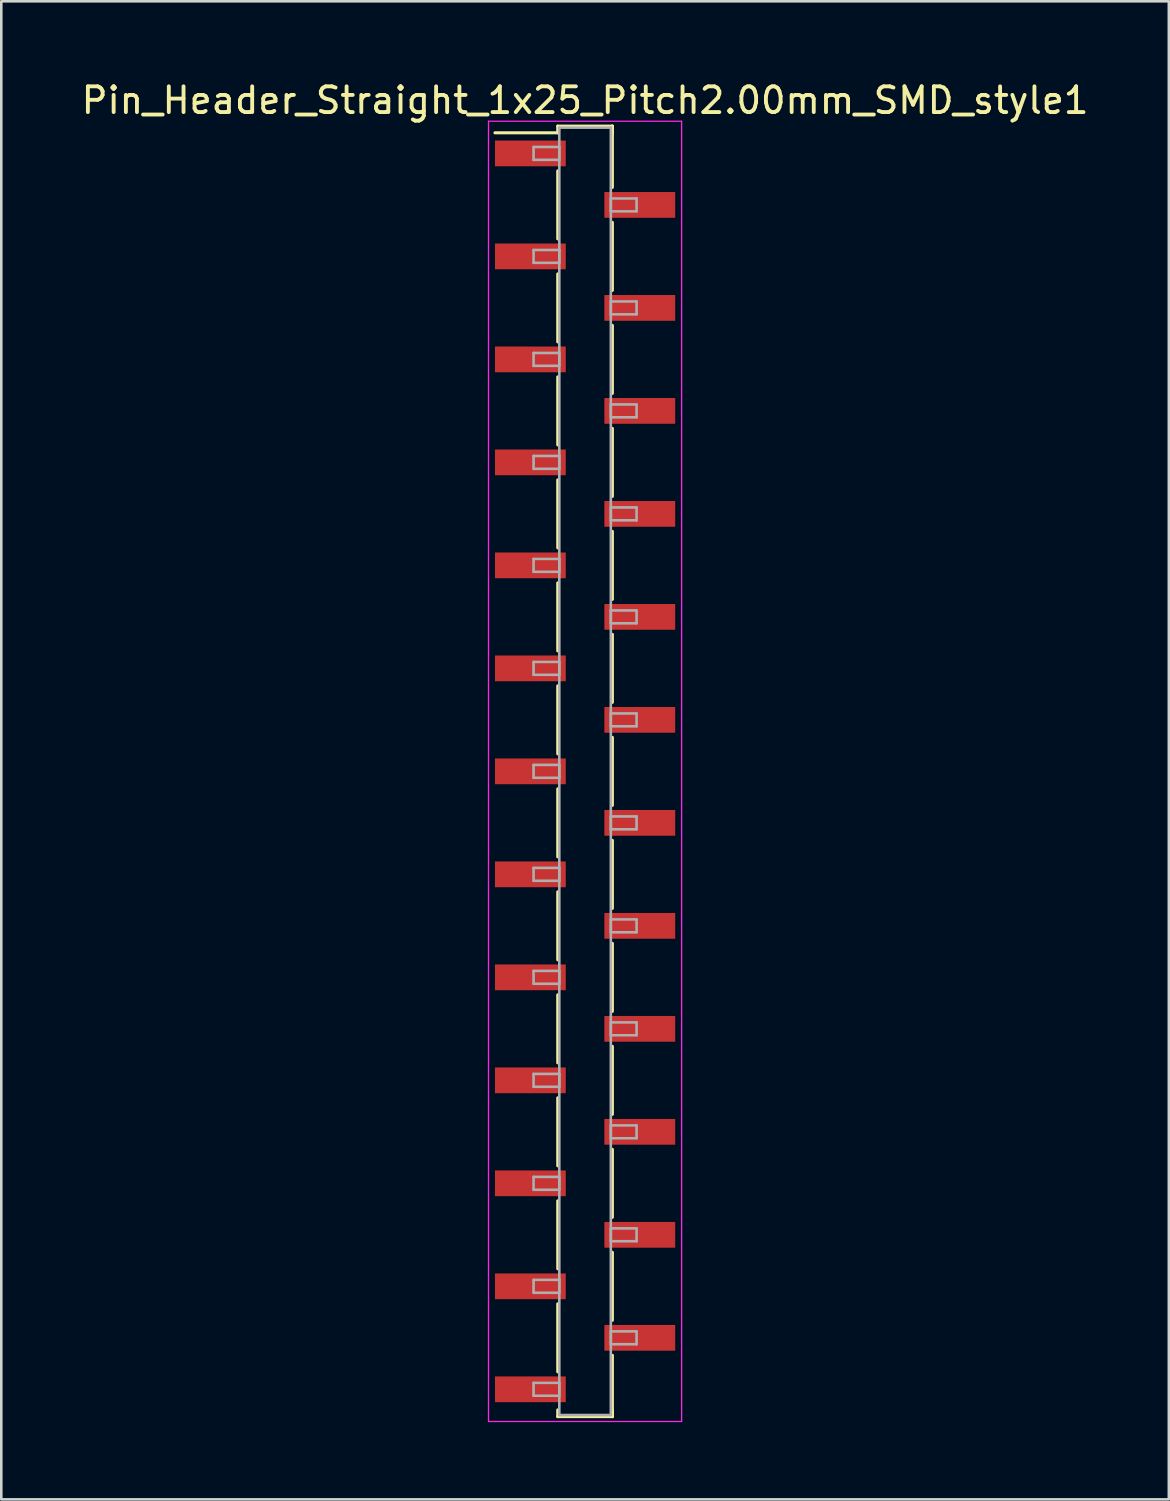
<source format=kicad_pcb>
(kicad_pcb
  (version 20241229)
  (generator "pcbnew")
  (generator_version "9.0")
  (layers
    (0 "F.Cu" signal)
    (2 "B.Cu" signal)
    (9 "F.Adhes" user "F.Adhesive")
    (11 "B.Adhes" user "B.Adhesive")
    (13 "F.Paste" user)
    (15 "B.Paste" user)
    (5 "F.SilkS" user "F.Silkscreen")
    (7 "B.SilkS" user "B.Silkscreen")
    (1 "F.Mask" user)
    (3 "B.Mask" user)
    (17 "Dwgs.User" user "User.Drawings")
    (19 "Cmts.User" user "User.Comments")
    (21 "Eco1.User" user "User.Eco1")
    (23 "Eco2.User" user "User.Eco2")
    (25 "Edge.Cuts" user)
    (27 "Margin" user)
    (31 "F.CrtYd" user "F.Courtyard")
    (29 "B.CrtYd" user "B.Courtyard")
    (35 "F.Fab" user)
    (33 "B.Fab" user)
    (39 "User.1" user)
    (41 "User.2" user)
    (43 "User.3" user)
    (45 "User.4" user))
  (footprint "Pin_Header_Straight_1x25_Pitch2.00mm_SMD_style1"
    (layer "F.Cu")
    (at 19.673 26.908)
    (property "Reference" "Pin_Header_Straight_1x25_Pitch2.00mm_SMD_style1" (at 0 -26.06 0) (layer "F.SilkS") (effects (font (size 1 1) (thickness 0.15))))
    (attr smd)
    (fp_line (start -1.06 -25.06) (end 1.06 -25.06) (stroke (width 0.12) (type solid)) (layer "F.SilkS"))
    (fp_line (start -1.06 -24.8) (end -3.5 -24.8) (stroke (width 0.12) (type solid)) (layer "F.SilkS"))
    (fp_line (start -1.06 -24.8) (end -1.06 -25.06) (stroke (width 0.12) (type solid)) (layer "F.SilkS"))
    (fp_line (start -1.06 -23.32) (end -1.06 -20.68) (stroke (width 0.12) (type solid)) (layer "F.SilkS"))
    (fp_line (start -1.06 -19.32) (end -1.06 -16.68) (stroke (width 0.12) (type solid)) (layer "F.SilkS"))
    (fp_line (start -1.06 -15.32) (end -1.06 -12.68) (stroke (width 0.12) (type solid)) (layer "F.SilkS"))
    (fp_line (start -1.06 -11.32) (end -1.06 -8.68) (stroke (width 0.12) (type solid)) (layer "F.SilkS"))
    (fp_line (start -1.06 -7.32) (end -1.06 -4.68) (stroke (width 0.12) (type solid)) (layer "F.SilkS"))
    (fp_line (start -1.06 -3.32) (end -1.06 -0.68) (stroke (width 0.12) (type solid)) (layer "F.SilkS"))
    (fp_line (start -1.06 0.68) (end -1.06 3.32) (stroke (width 0.12) (type solid)) (layer "F.SilkS"))
    (fp_line (start -1.06 4.68) (end -1.06 7.32) (stroke (width 0.12) (type solid)) (layer "F.SilkS"))
    (fp_line (start -1.06 8.68) (end -1.06 11.32) (stroke (width 0.12) (type solid)) (layer "F.SilkS"))
    (fp_line (start -1.06 12.68) (end -1.06 15.32) (stroke (width 0.12) (type solid)) (layer "F.SilkS"))
    (fp_line (start -1.06 16.68) (end -1.06 19.32) (stroke (width 0.12) (type solid)) (layer "F.SilkS"))
    (fp_line (start -1.06 20.68) (end -1.06 23.32) (stroke (width 0.12) (type solid)) (layer "F.SilkS"))
    (fp_line (start -1.06 24.8) (end -1.06 25.06) (stroke (width 0.12) (type solid)) (layer "F.SilkS"))
    (fp_line (start -1.06 25.06) (end 1.06 25.06) (stroke (width 0.12) (type solid)) (layer "F.SilkS"))
    (fp_line (start 1.06 -25.06) (end 1.06 -24.8) (stroke (width 0.12) (type solid)) (layer "F.SilkS"))
    (fp_line (start 1.06 -25.06) (end 1.06 -22.68) (stroke (width 0.12) (type solid)) (layer "F.SilkS"))
    (fp_line (start 1.06 -21.32) (end 1.06 -18.68) (stroke (width 0.12) (type solid)) (layer "F.SilkS"))
    (fp_line (start 1.06 -17.32) (end 1.06 -14.68) (stroke (width 0.12) (type solid)) (layer "F.SilkS"))
    (fp_line (start 1.06 -13.32) (end 1.06 -10.68) (stroke (width 0.12) (type solid)) (layer "F.SilkS"))
    (fp_line (start 1.06 -9.32) (end 1.06 -6.68) (stroke (width 0.12) (type solid)) (layer "F.SilkS"))
    (fp_line (start 1.06 -5.32) (end 1.06 -2.68) (stroke (width 0.12) (type solid)) (layer "F.SilkS"))
    (fp_line (start 1.06 -1.32) (end 1.06 1.32) (stroke (width 0.12) (type solid)) (layer "F.SilkS"))
    (fp_line (start 1.06 2.68) (end 1.06 5.32) (stroke (width 0.12) (type solid)) (layer "F.SilkS"))
    (fp_line (start 1.06 6.68) (end 1.06 9.32) (stroke (width 0.12) (type solid)) (layer "F.SilkS"))
    (fp_line (start 1.06 10.68) (end 1.06 13.32) (stroke (width 0.12) (type solid)) (layer "F.SilkS"))
    (fp_line (start 1.06 14.68) (end 1.06 17.32) (stroke (width 0.12) (type solid)) (layer "F.SilkS"))
    (fp_line (start 1.06 18.68) (end 1.06 21.32) (stroke (width 0.12) (type solid)) (layer "F.SilkS"))
    (fp_line (start 1.06 22.68) (end 1.06 25.06) (stroke (width 0.12) (type solid)) (layer "F.SilkS"))
    (fp_line (start 1.06 25.06) (end 1.06 24.8) (stroke (width 0.12) (type solid)) (layer "F.SilkS"))
    (fp_line (start -3.75 -25.25) (end -3.75 25.25) (stroke (width 0.05) (type solid)) (layer "F.CrtYd"))
    (fp_line (start -3.75 25.25) (end 3.75 25.25) (stroke (width 0.05) (type solid)) (layer "F.CrtYd"))
    (fp_line (start 3.75 -25.25) (end -3.75 -25.25) (stroke (width 0.05) (type solid)) (layer "F.CrtYd"))
    (fp_line (start 3.75 25.25) (end 3.75 -25.25) (stroke (width 0.05) (type solid)) (layer "F.CrtYd"))
    (fp_line (start -2 -24.25) (end -1 -24.25) (stroke (width 0.1) (type solid)) (layer "F.Fab"))
    (fp_line (start -2 -23.75) (end -2 -24.25) (stroke (width 0.1) (type solid)) (layer "F.Fab"))
    (fp_line (start -2 -20.25) (end -1 -20.25) (stroke (width 0.1) (type solid)) (layer "F.Fab"))
    (fp_line (start -2 -19.75) (end -2 -20.25) (stroke (width 0.1) (type solid)) (layer "F.Fab"))
    (fp_line (start -2 -16.25) (end -1 -16.25) (stroke (width 0.1) (type solid)) (layer "F.Fab"))
    (fp_line (start -2 -15.75) (end -2 -16.25) (stroke (width 0.1) (type solid)) (layer "F.Fab"))
    (fp_line (start -2 -12.25) (end -1 -12.25) (stroke (width 0.1) (type solid)) (layer "F.Fab"))
    (fp_line (start -2 -11.75) (end -2 -12.25) (stroke (width 0.1) (type solid)) (layer "F.Fab"))
    (fp_line (start -2 -8.25) (end -1 -8.25) (stroke (width 0.1) (type solid)) (layer "F.Fab"))
    (fp_line (start -2 -7.75) (end -2 -8.25) (stroke (width 0.1) (type solid)) (layer "F.Fab"))
    (fp_line (start -2 -4.25) (end -1 -4.25) (stroke (width 0.1) (type solid)) (layer "F.Fab"))
    (fp_line (start -2 -3.75) (end -2 -4.25) (stroke (width 0.1) (type solid)) (layer "F.Fab"))
    (fp_line (start -2 -0.25) (end -1 -0.25) (stroke (width 0.1) (type solid)) (layer "F.Fab"))
    (fp_line (start -2 0.25) (end -2 -0.25) (stroke (width 0.1) (type solid)) (layer "F.Fab"))
    (fp_line (start -2 3.75) (end -1 3.75) (stroke (width 0.1) (type solid)) (layer "F.Fab"))
    (fp_line (start -2 4.25) (end -2 3.75) (stroke (width 0.1) (type solid)) (layer "F.Fab"))
    (fp_line (start -2 7.75) (end -1 7.75) (stroke (width 0.1) (type solid)) (layer "F.Fab"))
    (fp_line (start -2 8.25) (end -2 7.75) (stroke (width 0.1) (type solid)) (layer "F.Fab"))
    (fp_line (start -2 11.75) (end -1 11.75) (stroke (width 0.1) (type solid)) (layer "F.Fab"))
    (fp_line (start -2 12.25) (end -2 11.75) (stroke (width 0.1) (type solid)) (layer "F.Fab"))
    (fp_line (start -2 15.75) (end -1 15.75) (stroke (width 0.1) (type solid)) (layer "F.Fab"))
    (fp_line (start -2 16.25) (end -2 15.75) (stroke (width 0.1) (type solid)) (layer "F.Fab"))
    (fp_line (start -2 19.75) (end -1 19.75) (stroke (width 0.1) (type solid)) (layer "F.Fab"))
    (fp_line (start -2 20.25) (end -2 19.75) (stroke (width 0.1) (type solid)) (layer "F.Fab"))
    (fp_line (start -2 23.75) (end -1 23.75) (stroke (width 0.1) (type solid)) (layer "F.Fab"))
    (fp_line (start -2 24.25) (end -2 23.75) (stroke (width 0.1) (type solid)) (layer "F.Fab"))
    (fp_line (start -1 -25) (end -1 25) (stroke (width 0.1) (type solid)) (layer "F.Fab"))
    (fp_line (start -1 -24.25) (end -1 -23.75) (stroke (width 0.1) (type solid)) (layer "F.Fab"))
    (fp_line (start -1 -23.75) (end -2 -23.75) (stroke (width 0.1) (type solid)) (layer "F.Fab"))
    (fp_line (start -1 -20.25) (end -1 -19.75) (stroke (width 0.1) (type solid)) (layer "F.Fab"))
    (fp_line (start -1 -19.75) (end -2 -19.75) (stroke (width 0.1) (type solid)) (layer "F.Fab"))
    (fp_line (start -1 -16.25) (end -1 -15.75) (stroke (width 0.1) (type solid)) (layer "F.Fab"))
    (fp_line (start -1 -15.75) (end -2 -15.75) (stroke (width 0.1) (type solid)) (layer "F.Fab"))
    (fp_line (start -1 -12.25) (end -1 -11.75) (stroke (width 0.1) (type solid)) (layer "F.Fab"))
    (fp_line (start -1 -11.75) (end -2 -11.75) (stroke (width 0.1) (type solid)) (layer "F.Fab"))
    (fp_line (start -1 -8.25) (end -1 -7.75) (stroke (width 0.1) (type solid)) (layer "F.Fab"))
    (fp_line (start -1 -7.75) (end -2 -7.75) (stroke (width 0.1) (type solid)) (layer "F.Fab"))
    (fp_line (start -1 -4.25) (end -1 -3.75) (stroke (width 0.1) (type solid)) (layer "F.Fab"))
    (fp_line (start -1 -3.75) (end -2 -3.75) (stroke (width 0.1) (type solid)) (layer "F.Fab"))
    (fp_line (start -1 -0.25) (end -1 0.25) (stroke (width 0.1) (type solid)) (layer "F.Fab"))
    (fp_line (start -1 0.25) (end -2 0.25) (stroke (width 0.1) (type solid)) (layer "F.Fab"))
    (fp_line (start -1 3.75) (end -1 4.25) (stroke (width 0.1) (type solid)) (layer "F.Fab"))
    (fp_line (start -1 4.25) (end -2 4.25) (stroke (width 0.1) (type solid)) (layer "F.Fab"))
    (fp_line (start -1 7.75) (end -1 8.25) (stroke (width 0.1) (type solid)) (layer "F.Fab"))
    (fp_line (start -1 8.25) (end -2 8.25) (stroke (width 0.1) (type solid)) (layer "F.Fab"))
    (fp_line (start -1 11.75) (end -1 12.25) (stroke (width 0.1) (type solid)) (layer "F.Fab"))
    (fp_line (start -1 12.25) (end -2 12.25) (stroke (width 0.1) (type solid)) (layer "F.Fab"))
    (fp_line (start -1 15.75) (end -1 16.25) (stroke (width 0.1) (type solid)) (layer "F.Fab"))
    (fp_line (start -1 16.25) (end -2 16.25) (stroke (width 0.1) (type solid)) (layer "F.Fab"))
    (fp_line (start -1 19.75) (end -1 20.25) (stroke (width 0.1) (type solid)) (layer "F.Fab"))
    (fp_line (start -1 20.25) (end -2 20.25) (stroke (width 0.1) (type solid)) (layer "F.Fab"))
    (fp_line (start -1 23.75) (end -1 24.25) (stroke (width 0.1) (type solid)) (layer "F.Fab"))
    (fp_line (start -1 24.25) (end -2 24.25) (stroke (width 0.1) (type solid)) (layer "F.Fab"))
    (fp_line (start -1 25) (end 1 25) (stroke (width 0.1) (type solid)) (layer "F.Fab"))
    (fp_line (start 1 -25) (end -1 -25) (stroke (width 0.1) (type solid)) (layer "F.Fab"))
    (fp_line (start 1 -22.25) (end 1 -21.75) (stroke (width 0.1) (type solid)) (layer "F.Fab"))
    (fp_line (start 1 -21.75) (end 2 -21.75) (stroke (width 0.1) (type solid)) (layer "F.Fab"))
    (fp_line (start 1 -18.25) (end 1 -17.75) (stroke (width 0.1) (type solid)) (layer "F.Fab"))
    (fp_line (start 1 -17.75) (end 2 -17.75) (stroke (width 0.1) (type solid)) (layer "F.Fab"))
    (fp_line (start 1 -14.25) (end 1 -13.75) (stroke (width 0.1) (type solid)) (layer "F.Fab"))
    (fp_line (start 1 -13.75) (end 2 -13.75) (stroke (width 0.1) (type solid)) (layer "F.Fab"))
    (fp_line (start 1 -10.25) (end 1 -9.75) (stroke (width 0.1) (type solid)) (layer "F.Fab"))
    (fp_line (start 1 -9.75) (end 2 -9.75) (stroke (width 0.1) (type solid)) (layer "F.Fab"))
    (fp_line (start 1 -6.25) (end 1 -5.75) (stroke (width 0.1) (type solid)) (layer "F.Fab"))
    (fp_line (start 1 -5.75) (end 2 -5.75) (stroke (width 0.1) (type solid)) (layer "F.Fab"))
    (fp_line (start 1 -2.25) (end 1 -1.75) (stroke (width 0.1) (type solid)) (layer "F.Fab"))
    (fp_line (start 1 -1.75) (end 2 -1.75) (stroke (width 0.1) (type solid)) (layer "F.Fab"))
    (fp_line (start 1 1.75) (end 1 2.25) (stroke (width 0.1) (type solid)) (layer "F.Fab"))
    (fp_line (start 1 2.25) (end 2 2.25) (stroke (width 0.1) (type solid)) (layer "F.Fab"))
    (fp_line (start 1 5.75) (end 1 6.25) (stroke (width 0.1) (type solid)) (layer "F.Fab"))
    (fp_line (start 1 6.25) (end 2 6.25) (stroke (width 0.1) (type solid)) (layer "F.Fab"))
    (fp_line (start 1 9.75) (end 1 10.25) (stroke (width 0.1) (type solid)) (layer "F.Fab"))
    (fp_line (start 1 10.25) (end 2 10.25) (stroke (width 0.1) (type solid)) (layer "F.Fab"))
    (fp_line (start 1 13.75) (end 1 14.25) (stroke (width 0.1) (type solid)) (layer "F.Fab"))
    (fp_line (start 1 14.25) (end 2 14.25) (stroke (width 0.1) (type solid)) (layer "F.Fab"))
    (fp_line (start 1 17.75) (end 1 18.25) (stroke (width 0.1) (type solid)) (layer "F.Fab"))
    (fp_line (start 1 18.25) (end 2 18.25) (stroke (width 0.1) (type solid)) (layer "F.Fab"))
    (fp_line (start 1 21.75) (end 1 22.25) (stroke (width 0.1) (type solid)) (layer "F.Fab"))
    (fp_line (start 1 22.25) (end 2 22.25) (stroke (width 0.1) (type solid)) (layer "F.Fab"))
    (fp_line (start 1 25) (end 1 -25) (stroke (width 0.1) (type solid)) (layer "F.Fab"))
    (fp_line (start 2 -22.25) (end 1 -22.25) (stroke (width 0.1) (type solid)) (layer "F.Fab"))
    (fp_line (start 2 -21.75) (end 2 -22.25) (stroke (width 0.1) (type solid)) (layer "F.Fab"))
    (fp_line (start 2 -18.25) (end 1 -18.25) (stroke (width 0.1) (type solid)) (layer "F.Fab"))
    (fp_line (start 2 -17.75) (end 2 -18.25) (stroke (width 0.1) (type solid)) (layer "F.Fab"))
    (fp_line (start 2 -14.25) (end 1 -14.25) (stroke (width 0.1) (type solid)) (layer "F.Fab"))
    (fp_line (start 2 -13.75) (end 2 -14.25) (stroke (width 0.1) (type solid)) (layer "F.Fab"))
    (fp_line (start 2 -10.25) (end 1 -10.25) (stroke (width 0.1) (type solid)) (layer "F.Fab"))
    (fp_line (start 2 -9.75) (end 2 -10.25) (stroke (width 0.1) (type solid)) (layer "F.Fab"))
    (fp_line (start 2 -6.25) (end 1 -6.25) (stroke (width 0.1) (type solid)) (layer "F.Fab"))
    (fp_line (start 2 -5.75) (end 2 -6.25) (stroke (width 0.1) (type solid)) (layer "F.Fab"))
    (fp_line (start 2 -2.25) (end 1 -2.25) (stroke (width 0.1) (type solid)) (layer "F.Fab"))
    (fp_line (start 2 -1.75) (end 2 -2.25) (stroke (width 0.1) (type solid)) (layer "F.Fab"))
    (fp_line (start 2 1.75) (end 1 1.75) (stroke (width 0.1) (type solid)) (layer "F.Fab"))
    (fp_line (start 2 2.25) (end 2 1.75) (stroke (width 0.1) (type solid)) (layer "F.Fab"))
    (fp_line (start 2 5.75) (end 1 5.75) (stroke (width 0.1) (type solid)) (layer "F.Fab"))
    (fp_line (start 2 6.25) (end 2 5.75) (stroke (width 0.1) (type solid)) (layer "F.Fab"))
    (fp_line (start 2 9.75) (end 1 9.75) (stroke (width 0.1) (type solid)) (layer "F.Fab"))
    (fp_line (start 2 10.25) (end 2 9.75) (stroke (width 0.1) (type solid)) (layer "F.Fab"))
    (fp_line (start 2 13.75) (end 1 13.75) (stroke (width 0.1) (type solid)) (layer "F.Fab"))
    (fp_line (start 2 14.25) (end 2 13.75) (stroke (width 0.1) (type solid)) (layer "F.Fab"))
    (fp_line (start 2 17.75) (end 1 17.75) (stroke (width 0.1) (type solid)) (layer "F.Fab"))
    (fp_line (start 2 18.25) (end 2 17.75) (stroke (width 0.1) (type solid)) (layer "F.Fab"))
    (fp_line (start 2 21.75) (end 1 21.75) (stroke (width 0.1) (type solid)) (layer "F.Fab"))
    (fp_line (start 2 22.25) (end 2 21.75) (stroke (width 0.1) (type solid)) (layer "F.Fab"))
    (pad "1" smd rect (at -2.125 -24) (size 2.75 1) (layers "F.Cu" "F.Mask"))
    (pad "2" smd rect (at 2.125 -22) (size 2.75 1) (layers "F.Cu" "F.Mask"))
    (pad "3" smd rect (at -2.125 -20) (size 2.75 1) (layers "F.Cu" "F.Mask"))
    (pad "4" smd rect (at 2.125 -18) (size 2.75 1) (layers "F.Cu" "F.Mask"))
    (pad "5" smd rect (at -2.125 -16) (size 2.75 1) (layers "F.Cu" "F.Mask"))
    (pad "6" smd rect (at 2.125 -14) (size 2.75 1) (layers "F.Cu" "F.Mask"))
    (pad "7" smd rect (at -2.125 -12) (size 2.75 1) (layers "F.Cu" "F.Mask"))
    (pad "8" smd rect (at 2.125 -10) (size 2.75 1) (layers "F.Cu" "F.Mask"))
    (pad "9" smd rect (at -2.125 -8) (size 2.75 1) (layers "F.Cu" "F.Mask"))
    (pad "10" smd rect (at 2.125 -6) (size 2.75 1) (layers "F.Cu" "F.Mask"))
    (pad "11" smd rect (at -2.125 -4) (size 2.75 1) (layers "F.Cu" "F.Mask"))
    (pad "12" smd rect (at 2.125 -2) (size 2.75 1) (layers "F.Cu" "F.Mask"))
    (pad "13" smd rect (at -2.125 0) (size 2.75 1) (layers "F.Cu" "F.Mask"))
    (pad "14" smd rect (at 2.125 2) (size 2.75 1) (layers "F.Cu" "F.Mask"))
    (pad "15" smd rect (at -2.125 4) (size 2.75 1) (layers "F.Cu" "F.Mask"))
    (pad "16" smd rect (at 2.125 6) (size 2.75 1) (layers "F.Cu" "F.Mask"))
    (pad "17" smd rect (at -2.125 8) (size 2.75 1) (layers "F.Cu" "F.Mask"))
    (pad "18" smd rect (at 2.125 10) (size 2.75 1) (layers "F.Cu" "F.Mask"))
    (pad "19" smd rect (at -2.125 12) (size 2.75 1) (layers "F.Cu" "F.Mask"))
    (pad "20" smd rect (at 2.125 14) (size 2.75 1) (layers "F.Cu" "F.Mask"))
    (pad "21" smd rect (at -2.125 16) (size 2.75 1) (layers "F.Cu" "F.Mask"))
    (pad "22" smd rect (at 2.125 18) (size 2.75 1) (layers "F.Cu" "F.Mask"))
    (pad "23" smd rect (at -2.125 20) (size 2.75 1) (layers "F.Cu" "F.Mask"))
    (pad "24" smd rect (at 2.125 22) (size 2.75 1) (layers "F.Cu" "F.Mask"))
    (pad "25" smd rect (at -2.125 24) (size 2.75 1) (layers "F.Cu" "F.Mask")))
  (gr_rect
    (start -3 -3)
    (end 42.345 55.183)
    (stroke (width 0.1) (type default))
    (fill no)
    (layer "Edge.Cuts")))
</source>
